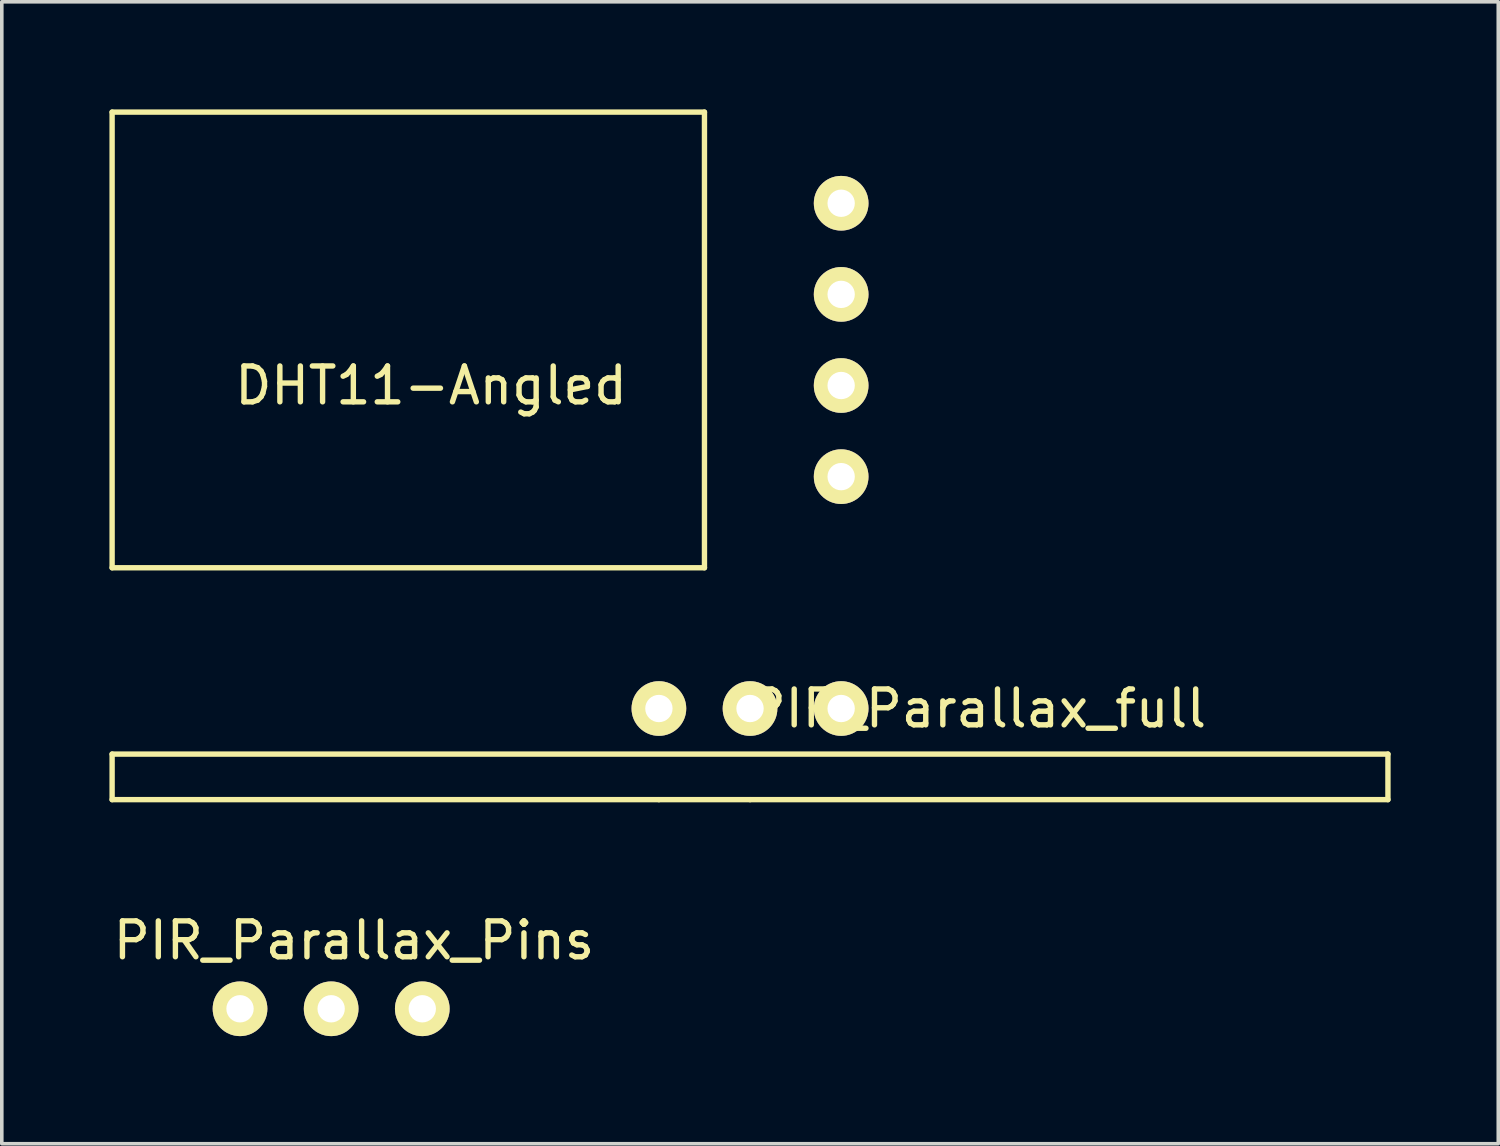
<source format=kicad_pcb>
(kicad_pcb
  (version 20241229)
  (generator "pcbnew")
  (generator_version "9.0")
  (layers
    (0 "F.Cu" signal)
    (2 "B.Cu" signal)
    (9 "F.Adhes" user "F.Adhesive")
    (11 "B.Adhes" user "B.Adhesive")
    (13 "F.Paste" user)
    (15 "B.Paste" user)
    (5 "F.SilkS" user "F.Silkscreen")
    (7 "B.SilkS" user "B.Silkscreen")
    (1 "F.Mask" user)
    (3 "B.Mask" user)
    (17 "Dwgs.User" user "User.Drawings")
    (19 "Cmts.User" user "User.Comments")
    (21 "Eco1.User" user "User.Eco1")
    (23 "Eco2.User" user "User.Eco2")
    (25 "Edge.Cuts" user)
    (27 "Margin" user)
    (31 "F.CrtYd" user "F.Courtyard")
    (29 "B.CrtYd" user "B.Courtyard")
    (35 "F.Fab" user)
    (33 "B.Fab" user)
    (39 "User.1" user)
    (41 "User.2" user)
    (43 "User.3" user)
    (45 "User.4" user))
  (footprint "PIR_Parallax_full"
    (layer "F.Cu")
    (at 17.855 16.698)
    (property "Reference" "PIR_Parallax_full" (at 6.35 0 0) (layer "F.SilkS") (effects (font (size 1 1) (thickness 0.15))))
    (attr through_hole)
    (fp_line (start -17.78 1.27) (end -17.78 2.54) (stroke (width 0.15) (type solid)) (layer "F.SilkS"))
    (fp_line (start -17.78 1.27) (end 17.78 1.27) (stroke (width 0.15) (type solid)) (layer "F.SilkS"))
    (fp_line (start -2.54 2.54) (end -17.78 2.54) (stroke (width 0.15) (type solid)) (layer "F.SilkS"))
    (fp_line (start 0 2.54) (end -2.54 2.54) (stroke (width 0.15) (type solid)) (layer "F.SilkS"))
    (fp_line (start 0 2.54) (end 17.78 2.54) (stroke (width 0.15) (type solid)) (layer "F.SilkS"))
    (fp_line (start 17.78 1.27) (end 17.78 2.54) (stroke (width 0.15) (type solid)) (layer "F.SilkS"))
    (pad "1" thru_hole circle (at 0 0) (size 1.524 1.524) (drill 0.762) (layers "*.Cu" "*.Mask" "F.SilkS"))
    (pad "2" thru_hole circle (at -2.54 0) (size 1.524 1.524) (drill 0.762) (layers "*.Cu" "*.Mask" "F.SilkS"))
    (pad "3" thru_hole circle (at 2.54 0) (size 1.524 1.524) (drill 0.762) (layers "*.Cu" "*.Mask" "F.SilkS")))
  (footprint "DHT11-Angled"
    (layer "F.Cu")
    (at 10.235 6.425)
    (property "Reference" "DHT11-Angled" (at -1.27 1.27 0) (layer "F.SilkS") (effects (font (size 1 1) (thickness 0.15))))
    (attr through_hole)
    (fp_line (start -10.16 6.35) (end -10.16 -6.35) (stroke (width 0.15) (type solid)) (layer "F.SilkS"))
    (fp_line (start 6.35 -6.35) (end -10.16 -6.35) (stroke (width 0.15) (type solid)) (layer "F.SilkS"))
    (fp_line (start 6.35 6.35) (end -10.16 6.35) (stroke (width 0.15) (type solid)) (layer "F.SilkS"))
    (fp_line (start 6.35 6.35) (end 6.35 -6.35) (stroke (width 0.15) (type solid)) (layer "F.SilkS"))
    (pad "1" thru_hole circle (at 10.16 3.81) (size 1.524 1.524) (drill 0.762) (layers "*.Cu" "*.Mask" "F.SilkS"))
    (pad "2" thru_hole circle (at 10.16 1.27) (size 1.524 1.524) (drill 0.762) (layers "*.Cu" "*.Mask" "F.SilkS"))
    (pad "3" thru_hole circle (at 10.16 -1.27) (size 1.524 1.524) (drill 0.762) (layers "*.Cu" "*.Mask" "F.SilkS"))
    (pad "4" thru_hole circle (at 10.16 -3.81) (size 1.524 1.524) (drill 0.762) (layers "*.Cu" "*.Mask" "F.SilkS")))
  (footprint "PIR_Parallax_Pins"
    (layer "F.Cu")
    (at 6.18 25.067)
    (property "Reference" "PIR_Parallax_Pins" (at 0.635 -1.905 0) (layer "F.SilkS") (effects (font (size 1 1) (thickness 0.15))))
    (attr through_hole)
    (pad "1" thru_hole circle (at 0 0) (size 1.524 1.524) (drill 0.762) (layers "*.Cu" "*.Mask" "F.SilkS"))
    (pad "2" thru_hole circle (at -2.54 0) (size 1.524 1.524) (drill 0.762) (layers "*.Cu" "*.Mask" "F.SilkS"))
    (pad "3" thru_hole circle (at 2.54 0) (size 1.524 1.524) (drill 0.762) (layers "*.Cu" "*.Mask" "F.SilkS")))
  (gr_rect
    (start -3 -3)
    (end 38.71 28.828)
    (stroke (width 0.1) (type default))
    (fill no)
    (layer "Edge.Cuts")))
</source>
